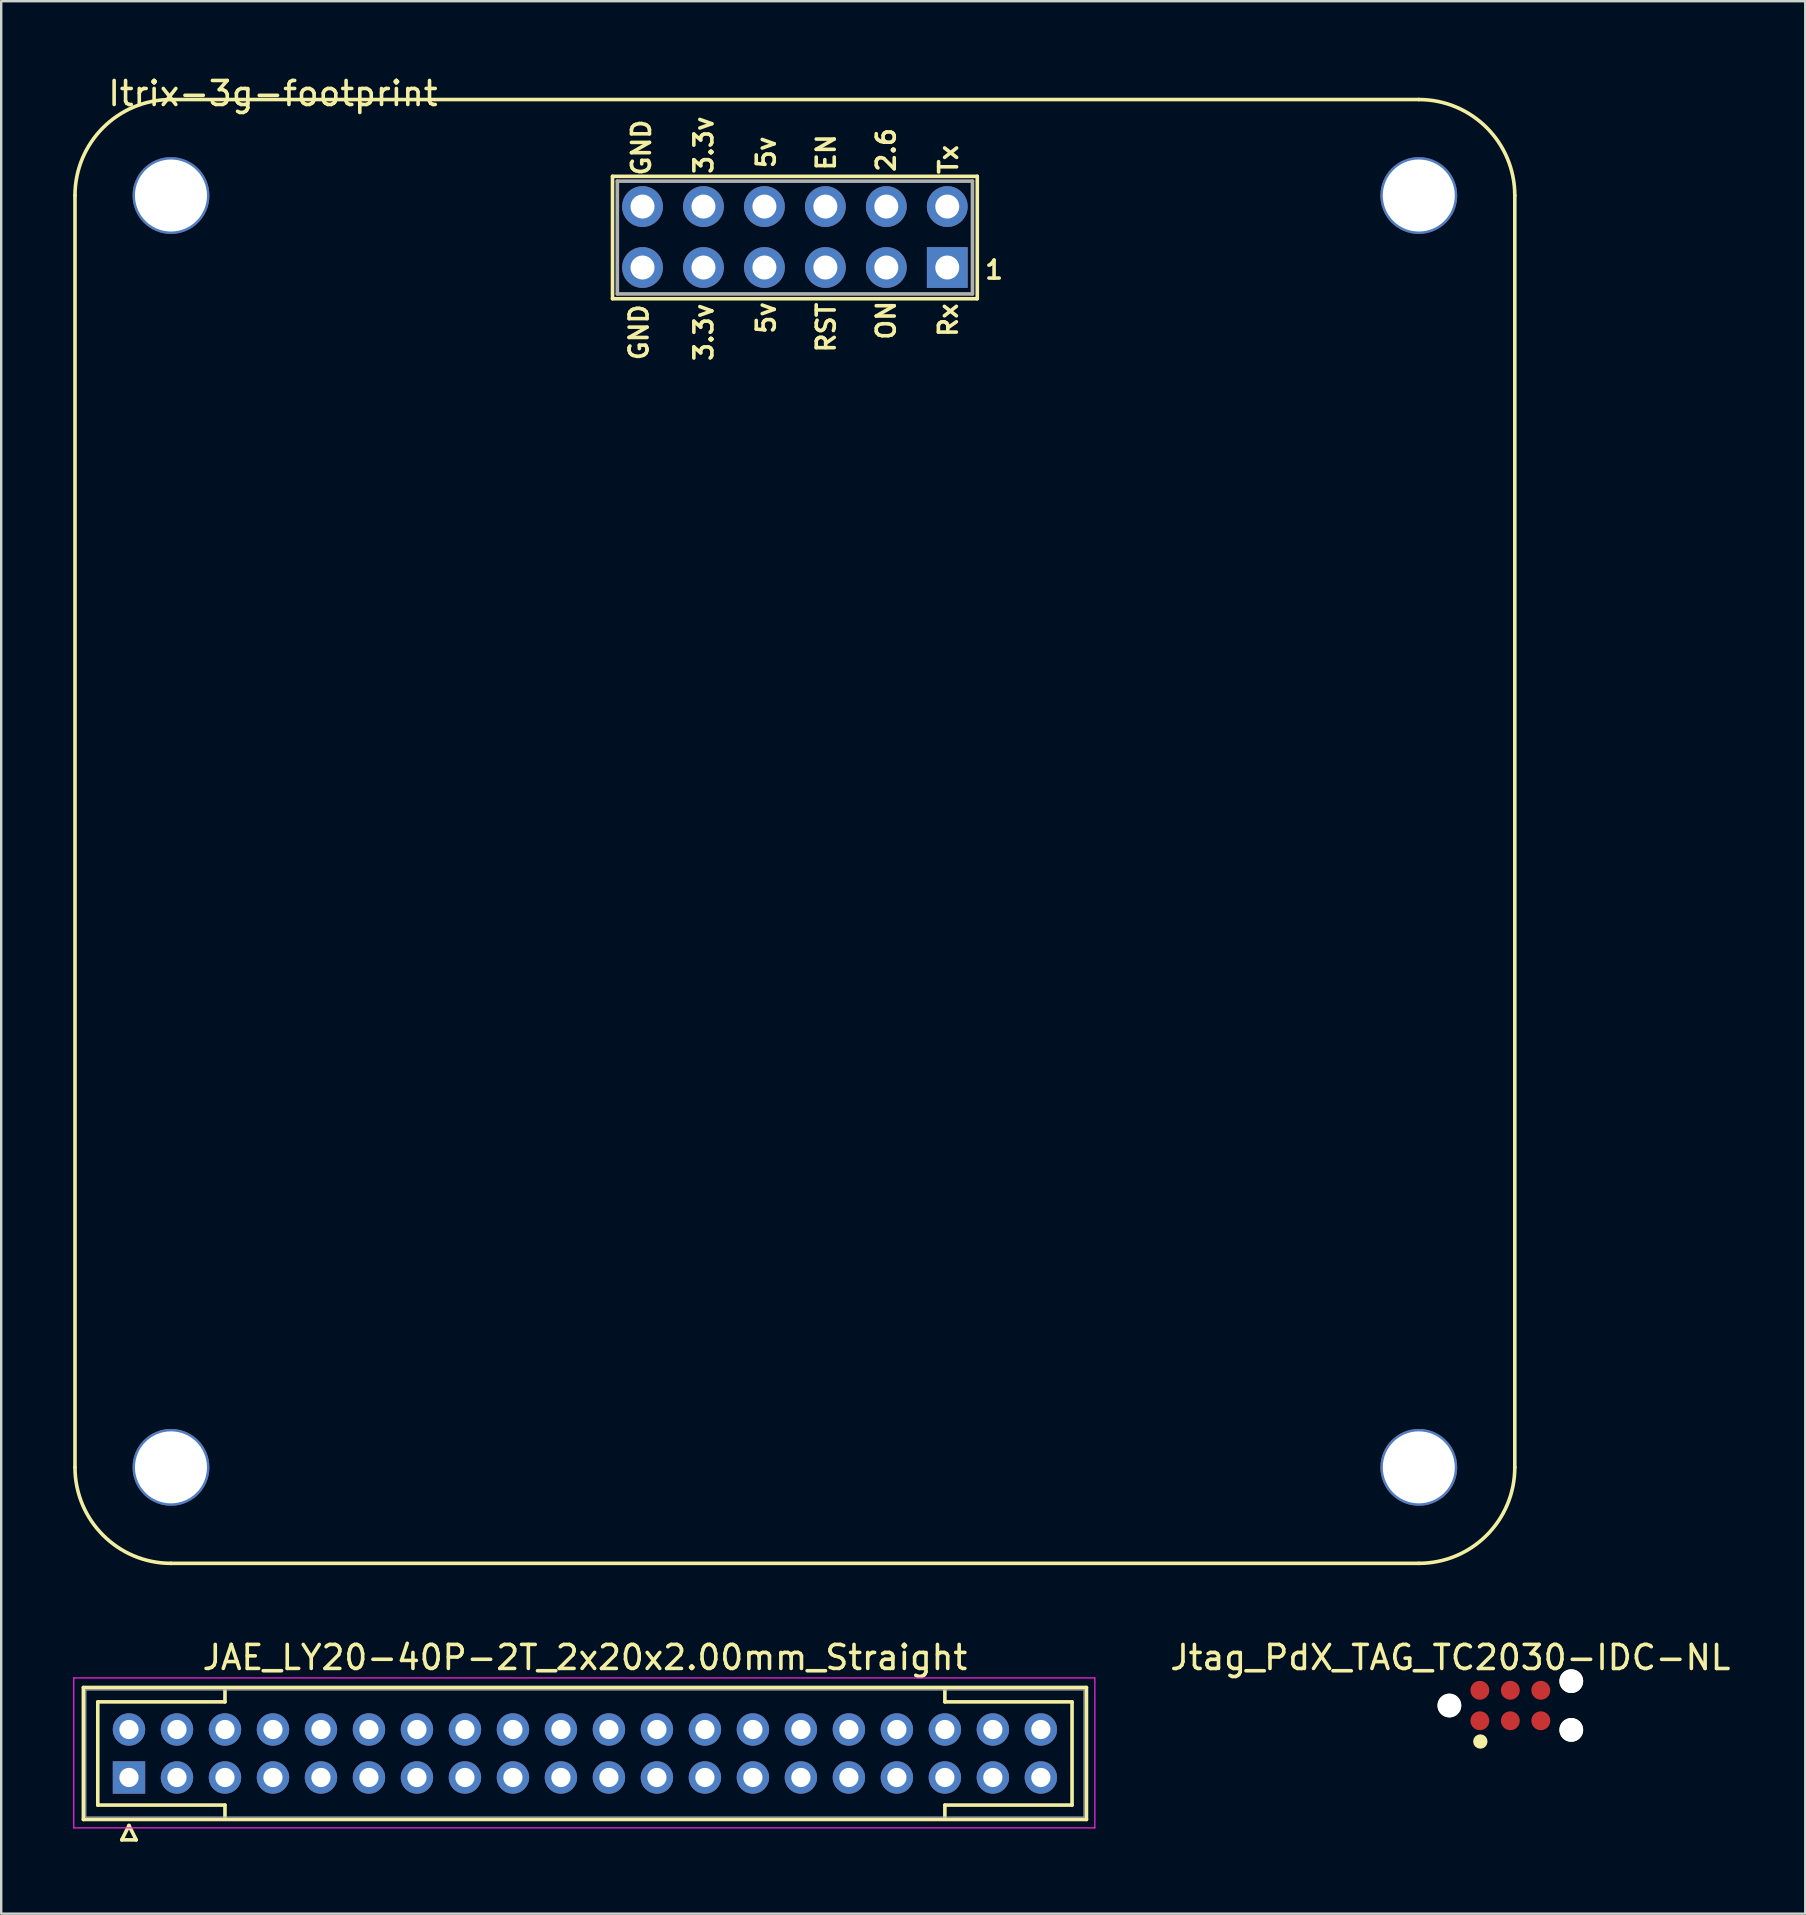
<source format=kicad_pcb>
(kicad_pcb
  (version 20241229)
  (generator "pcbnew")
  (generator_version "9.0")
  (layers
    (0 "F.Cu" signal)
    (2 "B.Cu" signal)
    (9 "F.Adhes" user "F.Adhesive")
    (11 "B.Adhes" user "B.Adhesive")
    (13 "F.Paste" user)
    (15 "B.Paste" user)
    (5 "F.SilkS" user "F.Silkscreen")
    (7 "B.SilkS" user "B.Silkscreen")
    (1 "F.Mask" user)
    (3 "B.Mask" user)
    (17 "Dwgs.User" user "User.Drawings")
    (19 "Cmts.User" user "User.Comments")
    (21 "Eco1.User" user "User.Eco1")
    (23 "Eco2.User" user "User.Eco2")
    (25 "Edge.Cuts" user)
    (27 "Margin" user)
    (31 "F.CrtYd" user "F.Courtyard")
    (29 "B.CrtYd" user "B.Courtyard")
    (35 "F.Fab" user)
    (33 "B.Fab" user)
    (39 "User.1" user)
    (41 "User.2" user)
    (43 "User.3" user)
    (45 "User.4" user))
  (footprint "JAE_LY20-40P-2T_2x20x2.00mm_Straight"
    (layer "F.Cu")
    (at 2.325 71.022)
    (property "Reference" "JAE_LY20-40P-2T_2x20x2.00mm_Straight" (at 19 -5 0) (layer "F.SilkS") (effects (font (size 1 1) (thickness 0.15))))
    (attr through_hole)
    (fp_line (start -1.9 -3.75) (end -1.9 1.75) (stroke (width 0.15) (type solid)) (layer "F.SilkS"))
    (fp_line (start -1.9 1.75) (end 39.9 1.75) (stroke (width 0.15) (type solid)) (layer "F.SilkS"))
    (fp_line (start -1.3 -3.15) (end 4 -3.15) (stroke (width 0.15) (type solid)) (layer "F.SilkS"))
    (fp_line (start -1.3 1.15) (end -1.3 -3.15) (stroke (width 0.15) (type solid)) (layer "F.SilkS"))
    (fp_line (start -0.3 2.6) (end 0.3 2.6) (stroke (width 0.15) (type solid)) (layer "F.SilkS"))
    (fp_line (start 0 2) (end -0.3 2.6) (stroke (width 0.15) (type solid)) (layer "F.SilkS"))
    (fp_line (start 0.3 2.6) (end 0 2) (stroke (width 0.15) (type solid)) (layer "F.SilkS"))
    (fp_line (start 4 -3.15) (end 4 -3.65) (stroke (width 0.15) (type solid)) (layer "F.SilkS"))
    (fp_line (start 4 1.15) (end -1.3 1.15) (stroke (width 0.15) (type solid)) (layer "F.SilkS"))
    (fp_line (start 4 1.65) (end 4 1.15) (stroke (width 0.15) (type solid)) (layer "F.SilkS"))
    (fp_line (start 34 -3.15) (end 34 -3.65) (stroke (width 0.15) (type solid)) (layer "F.SilkS"))
    (fp_line (start 34 1.15) (end 39.3 1.15) (stroke (width 0.15) (type solid)) (layer "F.SilkS"))
    (fp_line (start 34 1.65) (end 34 1.15) (stroke (width 0.15) (type solid)) (layer "F.SilkS"))
    (fp_line (start 39.3 -3.15) (end 34 -3.15) (stroke (width 0.15) (type solid)) (layer "F.SilkS"))
    (fp_line (start 39.3 1.15) (end 39.3 -3.15) (stroke (width 0.15) (type solid)) (layer "F.SilkS"))
    (fp_line (start 39.9 -3.75) (end -1.9 -3.75) (stroke (width 0.15) (type solid)) (layer "F.SilkS"))
    (fp_line (start 39.9 1.75) (end 39.9 -3.75) (stroke (width 0.15) (type solid)) (layer "F.SilkS"))
    (fp_line (start -2.3 -4.15) (end -2.3 2.1) (stroke (width 0.05) (type solid)) (layer "F.CrtYd"))
    (fp_line (start -2.3 2.1) (end 40.25 2.1) (stroke (width 0.05) (type solid)) (layer "F.CrtYd"))
    (fp_line (start 40.25 -4.15) (end -2.3 -4.15) (stroke (width 0.05) (type solid)) (layer "F.CrtYd"))
    (fp_line (start 40.25 2.1) (end 40.25 -4.15) (stroke (width 0.05) (type solid)) (layer "F.CrtYd"))
    (fp_line (start -1.8 -3.65) (end -1.8 1.65) (stroke (width 0.05) (type solid)) (layer "F.Fab"))
    (fp_line (start -1.8 1.65) (end 39.8 1.65) (stroke (width 0.05) (type solid)) (layer "F.Fab"))
    (fp_line (start 39.8 -3.65) (end -1.8 -3.65) (stroke (width 0.05) (type solid)) (layer "F.Fab"))
    (fp_line (start 39.8 1.65) (end 39.8 -3.65) (stroke (width 0.05) (type solid)) (layer "F.Fab"))
    (pad "1" thru_hole rect (at 0 0) (size 1.35 1.35) (drill 0.8) (layers "*.Cu" "*.Mask"))
    (pad "2" thru_hole circle (at 0 -2) (size 1.35 1.35) (drill 0.8) (layers "*.Cu" "*.Mask"))
    (pad "3" thru_hole circle (at 2 0) (size 1.35 1.35) (drill 0.8) (layers "*.Cu" "*.Mask"))
    (pad "4" thru_hole circle (at 2 -2) (size 1.35 1.35) (drill 0.8) (layers "*.Cu" "*.Mask"))
    (pad "5" thru_hole circle (at 4 0) (size 1.35 1.35) (drill 0.8) (layers "*.Cu" "*.Mask"))
    (pad "6" thru_hole circle (at 4 -2) (size 1.35 1.35) (drill 0.8) (layers "*.Cu" "*.Mask"))
    (pad "7" thru_hole circle (at 6 0) (size 1.35 1.35) (drill 0.8) (layers "*.Cu" "*.Mask"))
    (pad "8" thru_hole circle (at 6 -2) (size 1.35 1.35) (drill 0.8) (layers "*.Cu" "*.Mask"))
    (pad "9" thru_hole circle (at 8 0) (size 1.35 1.35) (drill 0.8) (layers "*.Cu" "*.Mask"))
    (pad "10" thru_hole circle (at 8 -2) (size 1.35 1.35) (drill 0.8) (layers "*.Cu" "*.Mask"))
    (pad "11" thru_hole circle (at 10 0) (size 1.35 1.35) (drill 0.8) (layers "*.Cu" "*.Mask"))
    (pad "12" thru_hole circle (at 10 -2) (size 1.35 1.35) (drill 0.8) (layers "*.Cu" "*.Mask"))
    (pad "13" thru_hole circle (at 12 0) (size 1.35 1.35) (drill 0.8) (layers "*.Cu" "*.Mask"))
    (pad "14" thru_hole circle (at 12 -2) (size 1.35 1.35) (drill 0.8) (layers "*.Cu" "*.Mask"))
    (pad "15" thru_hole circle (at 14 0) (size 1.35 1.35) (drill 0.8) (layers "*.Cu" "*.Mask"))
    (pad "16" thru_hole circle (at 14 -2) (size 1.35 1.35) (drill 0.8) (layers "*.Cu" "*.Mask"))
    (pad "17" thru_hole circle (at 16 0) (size 1.35 1.35) (drill 0.8) (layers "*.Cu" "*.Mask"))
    (pad "18" thru_hole circle (at 16 -2) (size 1.35 1.35) (drill 0.8) (layers "*.Cu" "*.Mask"))
    (pad "19" thru_hole circle (at 18 0) (size 1.35 1.35) (drill 0.8) (layers "*.Cu" "*.Mask"))
    (pad "20" thru_hole circle (at 18 -2) (size 1.35 1.35) (drill 0.8) (layers "*.Cu" "*.Mask"))
    (pad "21" thru_hole circle (at 20 0) (size 1.35 1.35) (drill 0.8) (layers "*.Cu" "*.Mask"))
    (pad "22" thru_hole circle (at 20 -2) (size 1.35 1.35) (drill 0.8) (layers "*.Cu" "*.Mask"))
    (pad "23" thru_hole circle (at 22 0) (size 1.35 1.35) (drill 0.8) (layers "*.Cu" "*.Mask"))
    (pad "24" thru_hole circle (at 22 -2) (size 1.35 1.35) (drill 0.8) (layers "*.Cu" "*.Mask"))
    (pad "25" thru_hole circle (at 24 0) (size 1.35 1.35) (drill 0.8) (layers "*.Cu" "*.Mask"))
    (pad "26" thru_hole circle (at 24 -2) (size 1.35 1.35) (drill 0.8) (layers "*.Cu" "*.Mask"))
    (pad "27" thru_hole circle (at 26 0) (size 1.35 1.35) (drill 0.8) (layers "*.Cu" "*.Mask"))
    (pad "28" thru_hole circle (at 26 -2) (size 1.35 1.35) (drill 0.8) (layers "*.Cu" "*.Mask"))
    (pad "29" thru_hole circle (at 28 0) (size 1.35 1.35) (drill 0.8) (layers "*.Cu" "*.Mask"))
    (pad "30" thru_hole circle (at 28 -2) (size 1.35 1.35) (drill 0.8) (layers "*.Cu" "*.Mask"))
    (pad "31" thru_hole circle (at 30 0) (size 1.35 1.35) (drill 0.8) (layers "*.Cu" "*.Mask"))
    (pad "32" thru_hole circle (at 30 -2) (size 1.35 1.35) (drill 0.8) (layers "*.Cu" "*.Mask"))
    (pad "33" thru_hole circle (at 32 0) (size 1.35 1.35) (drill 0.8) (layers "*.Cu" "*.Mask"))
    (pad "34" thru_hole circle (at 32 -2) (size 1.35 1.35) (drill 0.8) (layers "*.Cu" "*.Mask"))
    (pad "35" thru_hole circle (at 34 0) (size 1.35 1.35) (drill 0.8) (layers "*.Cu" "*.Mask"))
    (pad "36" thru_hole circle (at 34 -2) (size 1.35 1.35) (drill 0.8) (layers "*.Cu" "*.Mask"))
    (pad "37" thru_hole circle (at 36 0) (size 1.35 1.35) (drill 0.8) (layers "*.Cu" "*.Mask"))
    (pad "38" thru_hole circle (at 36 -2) (size 1.35 1.35) (drill 0.8) (layers "*.Cu" "*.Mask"))
    (pad "39" thru_hole circle (at 38 0) (size 1.35 1.35) (drill 0.8) (layers "*.Cu" "*.Mask"))
    (pad "40" thru_hole circle (at 38 -2) (size 1.35 1.35) (drill 0.8) (layers "*.Cu" "*.Mask")))
  (footprint "Jtag_PdX_TAG_TC2030-IDC-NL"
    (layer "F.Cu")
    (at 59.889 68.023)
    (property "Reference" "Jtag_PdX_TAG_TC2030-IDC-NL" (at -2.5 -2 0) (layer "F.SilkS") (effects (font (size 1.002 1.002) (thickness 0.15))))
    (attr smd)
    (fp_circle (center -1.25 1.5) (end -1.1 1.5) (stroke (width 0.3) (type solid)) (fill no) (layer "F.SilkS"))
    (pad "" np_thru_hole circle (at -2.54 0) (size 0.991 0.991) (drill 0.991) (layers "*.Cu" "*.Mask" "F.SilkS"))
    (pad "" np_thru_hole circle (at 2.54 -1.016) (size 0.991 0.991) (drill 0.991) (layers "*.Cu" "*.Mask" "F.SilkS"))
    (pad "" np_thru_hole circle (at 2.54 1.016) (size 0.991 0.991) (drill 0.991) (layers "*.Cu" "*.Mask" "F.SilkS"))
    (pad "1" smd circle (at -1.27 0.635) (size 0.787 0.787) (layers "F.Cu" "F.Mask" "F.Paste"))
    (pad "2" smd circle (at -1.27 -0.635) (size 0.787 0.787) (layers "F.Cu" "F.Mask" "F.Paste"))
    (pad "3" smd circle (at 0 0.635) (size 0.787 0.787) (layers "F.Cu" "F.Mask" "F.Paste"))
    (pad "4" smd circle (at 0 -0.635) (size 0.787 0.787) (layers "F.Cu" "F.Mask" "F.Paste"))
    (pad "5" smd circle (at 1.27 0.635) (size 0.787 0.787) (layers "F.Cu" "F.Mask" "F.Paste"))
    (pad "6" smd circle (at 1.27 -0.635) (size 0.787 0.787) (layers "F.Cu" "F.Mask" "F.Paste")))
  (footprint "Itrix-3g-footprint"
    (layer "F.Cu")
    (at 4.075 5.098)
    (property "Reference" "Itrix-3g-footprint" (at 4.25 -4.25 0) (layer "F.SilkS") (effects (font (size 1 1) (thickness 0.15))))
    (attr through_hole)
    (fp_line (start -4 0) (end -4 53) (stroke (width 0.15) (type solid)) (layer "F.SilkS"))
    (fp_line (start 0 -4) (end 52 -4) (stroke (width 0.15) (type solid)) (layer "F.SilkS"))
    (fp_line (start 0 57) (end 52 57) (stroke (width 0.15) (type solid)) (layer "F.SilkS"))
    (fp_line (start 18.4 -0.8) (end 33.6 -0.8) (stroke (width 0.15) (type solid)) (layer "F.SilkS"))
    (fp_line (start 18.4 4.3) (end 18.4 -0.8) (stroke (width 0.15) (type solid)) (layer "F.SilkS"))
    (fp_line (start 33.6 -0.8) (end 33.6 4.3) (stroke (width 0.15) (type solid)) (layer "F.SilkS"))
    (fp_line (start 33.6 4.3) (end 18.4 4.3) (stroke (width 0.15) (type solid)) (layer "F.SilkS"))
    (fp_line (start 56 53) (end 56 0) (stroke (width 0.15) (type solid)) (layer "F.SilkS"))
    (fp_arc (start -4 0) (mid -2.828427 -2.828427) (end 0 -4) (stroke (width 0.15) (type solid)) (layer "F.SilkS"))
    (fp_arc (start 0 57) (mid -2.828427 55.828427) (end -4 53) (stroke (width 0.15) (type solid)) (layer "F.SilkS"))
    (fp_arc (start 52 -4) (mid 54.828427 -2.828427) (end 56 0) (stroke (width 0.15) (type solid)) (layer "F.SilkS"))
    (fp_arc (start 56 53) (mid 54.828427 55.828427) (end 52 57) (stroke (width 0.15) (type solid)) (layer "F.SilkS"))
    (fp_line (start 18.6 -0.6) (end 18.6 4.1) (stroke (width 0.15) (type solid)) (layer "F.Fab"))
    (fp_line (start 18.6 4.1) (end 33.4 4.1) (stroke (width 0.15) (type solid)) (layer "F.Fab"))
    (fp_line (start 33.4 -0.6) (end 18.6 -0.6) (stroke (width 0.15) (type solid)) (layer "F.Fab"))
    (fp_line (start 33.4 4.1) (end 33.4 -0.6) (stroke (width 0.15) (type solid)) (layer "F.Fab"))
    (fp_text user "5v" (at 24.8 -1.8 90) (layer "F.SilkS") (effects (font (size 0.75 0.75) (thickness 0.15))))
    (fp_text user "5v" (at 24.8 5.1 90) (layer "F.SilkS") (effects (font (size 0.75 0.75) (thickness 0.15))))
    (fp_text user "3.3v" (at 22.2 -2.1 90) (layer "F.SilkS") (effects (font (size 0.75 0.75) (thickness 0.15))))
    (fp_text user "EN" (at 27.3 -1.8 90) (layer "F.SilkS") (effects (font (size 0.75 0.75) (thickness 0.15))))
    (fp_text user "3.3v" (at 22.2 5.7 90) (layer "F.SilkS") (effects (font (size 0.75 0.75) (thickness 0.15))))
    (fp_text user "ON" (at 29.8 5.2 90) (layer "F.SilkS") (effects (font (size 0.75 0.75) (thickness 0.15))))
    (fp_text user "Tx" (at 32.4 -1.5 90) (layer "F.SilkS") (effects (font (size 0.75 0.75) (thickness 0.15))))
    (fp_text user "2.6" (at 29.8 -1.9 90) (layer "F.SilkS") (effects (font (size 0.75 0.75) (thickness 0.15))))
    (fp_text user "GND" (at 19.6 -2 90) (layer "F.SilkS") (effects (font (size 0.75 0.75) (thickness 0.15))))
    (fp_text user "1" (at 34.3 3.1 0) (layer "F.SilkS") (effects (font (size 0.75 0.75) (thickness 0.15))))
    (fp_text user "Rx" (at 32.39 5.19 90) (layer "F.SilkS") (effects (font (size 0.75 0.75) (thickness 0.15))))
    (fp_text user "GND" (at 19.5 5.7 90) (layer "F.SilkS") (effects (font (size 0.75 0.75) (thickness 0.15))))
    (fp_text user "RST" (at 27.3 5.5 90) (layer "F.SilkS") (effects (font (size 0.75 0.75) (thickness 0.15))))
    (pad "0" thru_hole circle (at 0 0) (size 3.2 3.2) (drill 3) (layers "*.Cu" "*.Mask"))
    (pad "0" thru_hole circle (at 0 53) (size 3.2 3.2) (drill 3) (layers "*.Cu" "*.Mask"))
    (pad "0" thru_hole circle (at 52 0) (size 3.2 3.2) (drill 3) (layers "*.Cu" "*.Mask"))
    (pad "0" thru_hole circle (at 52 53) (size 3.2 3.2) (drill 3) (layers "*.Cu" "*.Mask"))
    (pad "1" thru_hole rect (at 32.35 3) (size 1.7 1.7) (drill 1) (layers "*.Cu" "*.Mask"))
    (pad "2" thru_hole circle (at 32.35 0.46) (size 1.7 1.7) (drill 1) (layers "*.Cu" "*.Mask"))
    (pad "3" thru_hole circle (at 29.81 3) (size 1.7 1.7) (drill 1) (layers "*.Cu" "*.Mask"))
    (pad "4" thru_hole circle (at 29.81 0.46) (size 1.7 1.7) (drill 1) (layers "*.Cu" "*.Mask"))
    (pad "5" thru_hole circle (at 27.27 3) (size 1.7 1.7) (drill 1) (layers "*.Cu" "*.Mask"))
    (pad "6" thru_hole circle (at 27.27 0.46) (size 1.7 1.7) (drill 1) (layers "*.Cu" "*.Mask"))
    (pad "7" thru_hole circle (at 24.73 3) (size 1.7 1.7) (drill 1) (layers "*.Cu" "*.Mask"))
    (pad "8" thru_hole circle (at 24.73 0.46) (size 1.7 1.7) (drill 1) (layers "*.Cu" "*.Mask"))
    (pad "9" thru_hole circle (at 22.19 3) (size 1.7 1.7) (drill 1) (layers "*.Cu" "*.Mask"))
    (pad "10" thru_hole circle (at 22.19 0.46) (size 1.7 1.7) (drill 1) (layers "*.Cu" "*.Mask"))
    (pad "11" thru_hole circle (at 19.65 3) (size 1.7 1.7) (drill 1) (layers "*.Cu" "*.Mask"))
    (pad "12" thru_hole circle (at 19.65 0.46) (size 1.7 1.7) (drill 1) (layers "*.Cu" "*.Mask")))
  (gr_rect
    (start -3 -3)
    (end 72.178 76.697)
    (stroke (width 0.1) (type default))
    (fill no)
    (layer "Edge.Cuts")))
</source>
